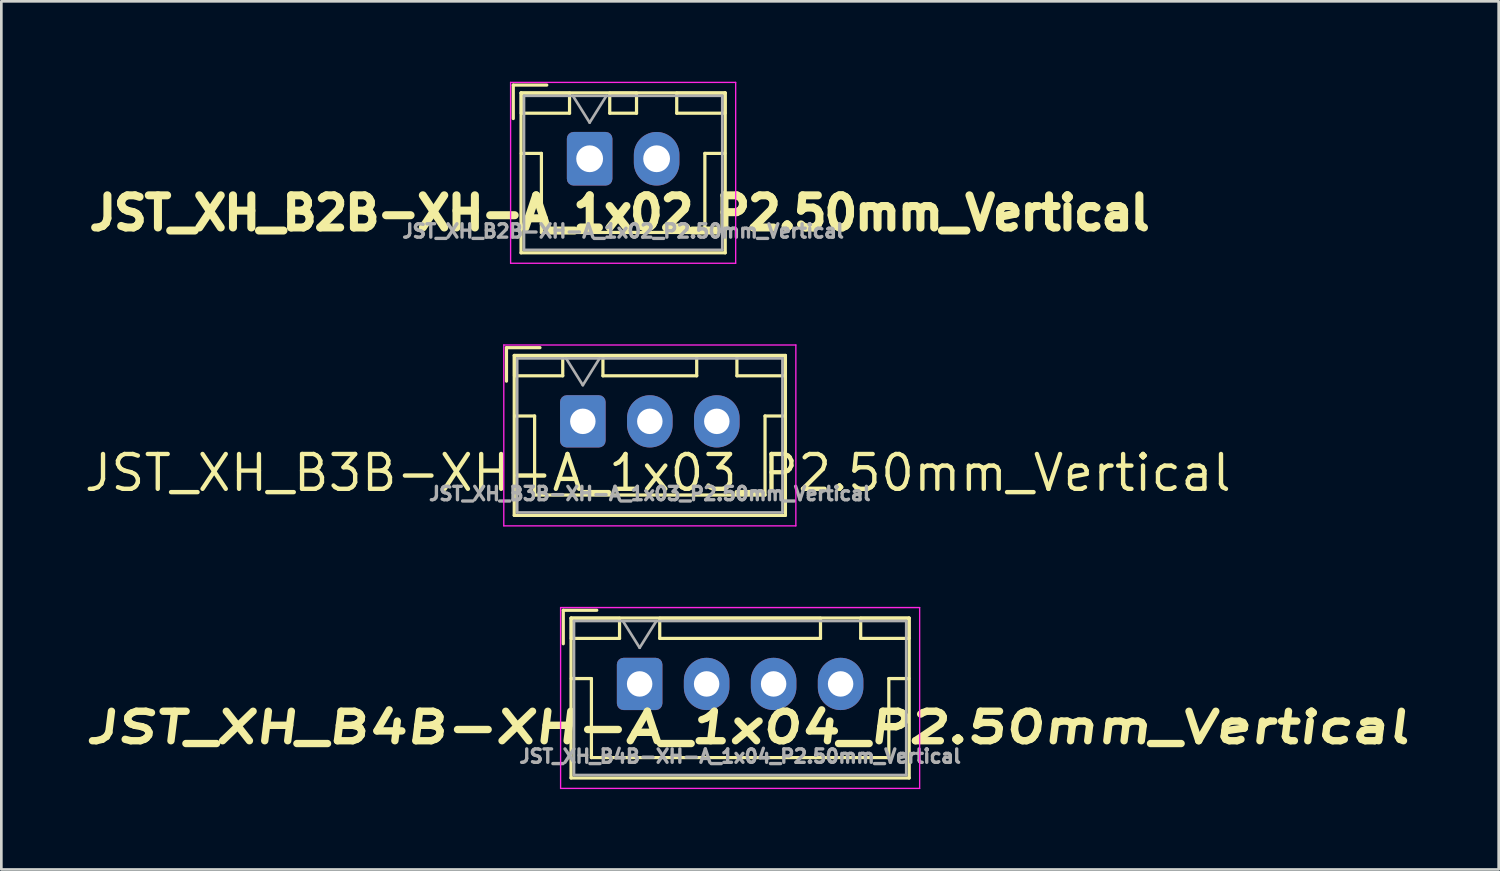
<source format=kicad_pcb>
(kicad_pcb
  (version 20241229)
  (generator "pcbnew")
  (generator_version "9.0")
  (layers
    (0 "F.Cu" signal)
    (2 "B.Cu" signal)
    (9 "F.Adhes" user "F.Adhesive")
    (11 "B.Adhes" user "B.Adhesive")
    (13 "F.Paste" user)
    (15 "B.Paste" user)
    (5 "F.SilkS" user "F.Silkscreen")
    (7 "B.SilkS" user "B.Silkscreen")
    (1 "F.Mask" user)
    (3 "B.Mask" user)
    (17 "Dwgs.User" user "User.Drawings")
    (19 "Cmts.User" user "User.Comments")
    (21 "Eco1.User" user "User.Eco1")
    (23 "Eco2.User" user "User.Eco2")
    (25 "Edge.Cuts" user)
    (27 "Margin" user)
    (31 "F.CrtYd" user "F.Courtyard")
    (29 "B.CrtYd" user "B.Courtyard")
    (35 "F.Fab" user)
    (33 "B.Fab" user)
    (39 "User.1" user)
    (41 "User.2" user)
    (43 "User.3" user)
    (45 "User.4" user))
  (footprint "JST_XH_B4B-XH-A_1x04_P2.50mm_Vertical"
    (layer "F.Cu")
    (at 20.822 22.475)
    (property "Reference" "JST_XH_B4B-XH-A_1x04_P2.50mm_Vertical" (at 4.05 1.625 180) (layer "F.SilkS") (effects (font (size 1.1 1.5) (thickness 1) (italic yes))))
    (attr through_hole)
    (fp_line (start -2.85 -2.75) (end -2.85 -1.5) (stroke (width 0.12) (type solid)) (layer "F.SilkS"))
    (fp_line (start -2.56 -2.46) (end -2.56 3.51) (stroke (width 0.12) (type solid)) (layer "F.SilkS"))
    (fp_line (start -2.56 3.51) (end 10.06 3.51) (stroke (width 0.12) (type solid)) (layer "F.SilkS"))
    (fp_line (start -2.55 -2.45) (end -2.55 -1.7) (stroke (width 0.12) (type solid)) (layer "F.SilkS"))
    (fp_line (start -2.55 -1.7) (end -0.75 -1.7) (stroke (width 0.12) (type solid)) (layer "F.SilkS"))
    (fp_line (start -2.55 -0.2) (end -1.8 -0.2) (stroke (width 0.12) (type solid)) (layer "F.SilkS"))
    (fp_line (start -1.8 -0.2) (end -1.8 2.75) (stroke (width 0.12) (type solid)) (layer "F.SilkS"))
    (fp_line (start -1.8 2.75) (end 3.75 2.75) (stroke (width 0.12) (type solid)) (layer "F.SilkS"))
    (fp_line (start -1.6 -2.75) (end -2.85 -2.75) (stroke (width 0.12) (type solid)) (layer "F.SilkS"))
    (fp_line (start -0.75 -2.45) (end -2.55 -2.45) (stroke (width 0.12) (type solid)) (layer "F.SilkS"))
    (fp_line (start -0.75 -1.7) (end -0.75 -2.45) (stroke (width 0.12) (type solid)) (layer "F.SilkS"))
    (fp_line (start 0.75 -2.45) (end 0.75 -1.7) (stroke (width 0.12) (type solid)) (layer "F.SilkS"))
    (fp_line (start 0.75 -1.7) (end 6.75 -1.7) (stroke (width 0.12) (type solid)) (layer "F.SilkS"))
    (fp_line (start 6.75 -2.45) (end 0.75 -2.45) (stroke (width 0.12) (type solid)) (layer "F.SilkS"))
    (fp_line (start 6.75 -1.7) (end 6.75 -2.45) (stroke (width 0.12) (type solid)) (layer "F.SilkS"))
    (fp_line (start 8.25 -2.45) (end 8.25 -1.7) (stroke (width 0.12) (type solid)) (layer "F.SilkS"))
    (fp_line (start 8.25 -1.7) (end 10.05 -1.7) (stroke (width 0.12) (type solid)) (layer "F.SilkS"))
    (fp_line (start 9.3 -0.2) (end 9.3 2.75) (stroke (width 0.12) (type solid)) (layer "F.SilkS"))
    (fp_line (start 9.3 2.75) (end 3.75 2.75) (stroke (width 0.12) (type solid)) (layer "F.SilkS"))
    (fp_line (start 10.05 -2.45) (end 8.25 -2.45) (stroke (width 0.12) (type solid)) (layer "F.SilkS"))
    (fp_line (start 10.05 -1.7) (end 10.05 -2.45) (stroke (width 0.12) (type solid)) (layer "F.SilkS"))
    (fp_line (start 10.05 -0.2) (end 9.3 -0.2) (stroke (width 0.12) (type solid)) (layer "F.SilkS"))
    (fp_line (start 10.06 -2.46) (end -2.56 -2.46) (stroke (width 0.12) (type solid)) (layer "F.SilkS"))
    (fp_line (start 10.06 3.51) (end 10.06 -2.46) (stroke (width 0.12) (type solid)) (layer "F.SilkS"))
    (fp_line (start -2.95 -2.85) (end -2.95 3.9) (stroke (width 0.05) (type solid)) (layer "F.CrtYd"))
    (fp_line (start -2.95 3.9) (end 10.45 3.9) (stroke (width 0.05) (type solid)) (layer "F.CrtYd"))
    (fp_line (start 10.45 -2.85) (end -2.95 -2.85) (stroke (width 0.05) (type solid)) (layer "F.CrtYd"))
    (fp_line (start 10.45 3.9) (end 10.45 -2.85) (stroke (width 0.05) (type solid)) (layer "F.CrtYd"))
    (fp_line (start -2.45 -2.35) (end -2.45 3.4) (stroke (width 0.1) (type solid)) (layer "F.Fab"))
    (fp_line (start -2.45 3.4) (end 9.95 3.4) (stroke (width 0.1) (type solid)) (layer "F.Fab"))
    (fp_line (start -0.625 -2.35) (end 0 -1.35) (stroke (width 0.1) (type solid)) (layer "F.Fab"))
    (fp_line (start 0 -1.35) (end 0.625 -2.35) (stroke (width 0.1) (type solid)) (layer "F.Fab"))
    (fp_line (start 9.95 -2.35) (end -2.45 -2.35) (stroke (width 0.1) (type solid)) (layer "F.Fab"))
    (fp_line (start 9.95 3.4) (end 9.95 -2.35) (stroke (width 0.1) (type solid)) (layer "F.Fab"))
    (fp_text user "${REFERENCE}" (at 3.75 2.7 180) (layer "F.Fab") (effects (font (size 0.5 0.5) (thickness 0.2))))
    (pad "1" thru_hole roundrect (at 0 0) (size 1.7 1.95) (drill 0.95) (layers "*.Cu" "*.Mask") (roundrect_rratio 0.147))
    (pad "2" thru_hole oval (at 2.5 0) (size 1.7 1.95) (drill 0.95) (layers "*.Cu" "*.Mask"))
    (pad "3" thru_hole oval (at 5 0) (size 1.7 1.95) (drill 0.95) (layers "*.Cu" "*.Mask"))
    (pad "4" thru_hole oval (at 7.5 0) (size 1.7 1.95) (drill 0.95) (layers "*.Cu" "*.Mask")))
  (footprint "JST_XH_B3B-XH-A_1x03_P2.50mm_Vertical"
    (layer "F.Cu")
    (at 18.702 12.675)
    (property "Reference" "JST_XH_B3B-XH-A_1x03_P2.50mm_Vertical" (at 2.8 1.925 180) (layer "F.SilkS") (effects (font (size 1.3 1.3) (thickness 0.163))))
    (attr through_hole)
    (fp_line (start -2.85 -2.75) (end -2.85 -1.5) (stroke (width 0.12) (type solid)) (layer "F.SilkS"))
    (fp_line (start -2.56 -2.46) (end -2.56 3.51) (stroke (width 0.12) (type solid)) (layer "F.SilkS"))
    (fp_line (start -2.56 3.51) (end 7.56 3.51) (stroke (width 0.12) (type solid)) (layer "F.SilkS"))
    (fp_line (start -2.55 -2.45) (end -2.55 -1.7) (stroke (width 0.12) (type solid)) (layer "F.SilkS"))
    (fp_line (start -2.55 -1.7) (end -0.75 -1.7) (stroke (width 0.12) (type solid)) (layer "F.SilkS"))
    (fp_line (start -2.55 -0.2) (end -1.8 -0.2) (stroke (width 0.12) (type solid)) (layer "F.SilkS"))
    (fp_line (start -1.8 -0.2) (end -1.8 2.75) (stroke (width 0.12) (type solid)) (layer "F.SilkS"))
    (fp_line (start -1.8 2.75) (end 2.5 2.75) (stroke (width 0.12) (type solid)) (layer "F.SilkS"))
    (fp_line (start -1.6 -2.75) (end -2.85 -2.75) (stroke (width 0.12) (type solid)) (layer "F.SilkS"))
    (fp_line (start -0.75 -2.45) (end -2.55 -2.45) (stroke (width 0.12) (type solid)) (layer "F.SilkS"))
    (fp_line (start -0.75 -1.7) (end -0.75 -2.45) (stroke (width 0.12) (type solid)) (layer "F.SilkS"))
    (fp_line (start 0.75 -2.45) (end 0.75 -1.7) (stroke (width 0.12) (type solid)) (layer "F.SilkS"))
    (fp_line (start 0.75 -1.7) (end 4.25 -1.7) (stroke (width 0.12) (type solid)) (layer "F.SilkS"))
    (fp_line (start 4.25 -2.45) (end 0.75 -2.45) (stroke (width 0.12) (type solid)) (layer "F.SilkS"))
    (fp_line (start 4.25 -1.7) (end 4.25 -2.45) (stroke (width 0.12) (type solid)) (layer "F.SilkS"))
    (fp_line (start 5.75 -2.45) (end 5.75 -1.7) (stroke (width 0.12) (type solid)) (layer "F.SilkS"))
    (fp_line (start 5.75 -1.7) (end 7.55 -1.7) (stroke (width 0.12) (type solid)) (layer "F.SilkS"))
    (fp_line (start 6.8 -0.2) (end 6.8 2.75) (stroke (width 0.12) (type solid)) (layer "F.SilkS"))
    (fp_line (start 6.8 2.75) (end 2.5 2.75) (stroke (width 0.12) (type solid)) (layer "F.SilkS"))
    (fp_line (start 7.55 -2.45) (end 5.75 -2.45) (stroke (width 0.12) (type solid)) (layer "F.SilkS"))
    (fp_line (start 7.55 -1.7) (end 7.55 -2.45) (stroke (width 0.12) (type solid)) (layer "F.SilkS"))
    (fp_line (start 7.55 -0.2) (end 6.8 -0.2) (stroke (width 0.12) (type solid)) (layer "F.SilkS"))
    (fp_line (start 7.56 -2.46) (end -2.56 -2.46) (stroke (width 0.12) (type solid)) (layer "F.SilkS"))
    (fp_line (start 7.56 3.51) (end 7.56 -2.46) (stroke (width 0.12) (type solid)) (layer "F.SilkS"))
    (fp_line (start -2.95 -2.85) (end -2.95 3.9) (stroke (width 0.05) (type solid)) (layer "F.CrtYd"))
    (fp_line (start -2.95 3.9) (end 7.95 3.9) (stroke (width 0.05) (type solid)) (layer "F.CrtYd"))
    (fp_line (start 7.95 -2.85) (end -2.95 -2.85) (stroke (width 0.05) (type solid)) (layer "F.CrtYd"))
    (fp_line (start 7.95 3.9) (end 7.95 -2.85) (stroke (width 0.05) (type solid)) (layer "F.CrtYd"))
    (fp_line (start -2.45 -2.35) (end -2.45 3.4) (stroke (width 0.1) (type solid)) (layer "F.Fab"))
    (fp_line (start -2.45 3.4) (end 7.45 3.4) (stroke (width 0.1) (type solid)) (layer "F.Fab"))
    (fp_line (start -0.625 -2.35) (end 0 -1.35) (stroke (width 0.1) (type solid)) (layer "F.Fab"))
    (fp_line (start 0 -1.35) (end 0.625 -2.35) (stroke (width 0.1) (type solid)) (layer "F.Fab"))
    (fp_line (start 7.45 -2.35) (end -2.45 -2.35) (stroke (width 0.1) (type solid)) (layer "F.Fab"))
    (fp_line (start 7.45 3.4) (end 7.45 -2.35) (stroke (width 0.1) (type solid)) (layer "F.Fab"))
    (fp_text user "${REFERENCE}" (at 2.5 2.7 180) (layer "F.Fab") (effects (font (size 0.5 0.5) (thickness 0.2))))
    (pad "1" thru_hole roundrect (at 0 0) (size 1.7 1.95) (drill 0.95) (layers "*.Cu" "*.Mask") (roundrect_rratio 0.147))
    (pad "2" thru_hole oval (at 2.5 0) (size 1.7 1.95) (drill 0.95) (layers "*.Cu" "*.Mask"))
    (pad "3" thru_hole oval (at 5 0) (size 1.7 1.95) (drill 0.95) (layers "*.Cu" "*.Mask")))
  (footprint "JST_XH_B2B-XH-A_1x02_P2.50mm_Vertical"
    (layer "F.Cu")
    (at 18.956 2.875)
    (property "Reference" "JST_XH_B2B-XH-A_1x02_P2.50mm_Vertical" (at 1.117 2.025 0) (layer "F.SilkS") (effects (font (size 1.2 1.2) (thickness 1.5))))
    (attr through_hole)
    (fp_line (start -2.85 -2.75) (end -2.85 -1.5) (stroke (width 0.12) (type solid)) (layer "F.SilkS"))
    (fp_line (start -2.56 -2.46) (end -2.56 3.51) (stroke (width 0.12) (type solid)) (layer "F.SilkS"))
    (fp_line (start -2.56 3.51) (end 5.06 3.51) (stroke (width 0.12) (type solid)) (layer "F.SilkS"))
    (fp_line (start -2.55 -2.45) (end -2.55 -1.7) (stroke (width 0.12) (type solid)) (layer "F.SilkS"))
    (fp_line (start -2.55 -1.7) (end -0.75 -1.7) (stroke (width 0.12) (type solid)) (layer "F.SilkS"))
    (fp_line (start -2.55 -0.2) (end -1.8 -0.2) (stroke (width 0.12) (type solid)) (layer "F.SilkS"))
    (fp_line (start -1.8 -0.2) (end -1.8 2.75) (stroke (width 0.12) (type solid)) (layer "F.SilkS"))
    (fp_line (start -1.8 2.75) (end 1.25 2.75) (stroke (width 0.12) (type solid)) (layer "F.SilkS"))
    (fp_line (start -1.6 -2.75) (end -2.85 -2.75) (stroke (width 0.12) (type solid)) (layer "F.SilkS"))
    (fp_line (start -0.75 -2.45) (end -2.55 -2.45) (stroke (width 0.12) (type solid)) (layer "F.SilkS"))
    (fp_line (start -0.75 -1.7) (end -0.75 -2.45) (stroke (width 0.12) (type solid)) (layer "F.SilkS"))
    (fp_line (start 0.75 -2.45) (end 0.75 -1.7) (stroke (width 0.12) (type solid)) (layer "F.SilkS"))
    (fp_line (start 0.75 -1.7) (end 1.75 -1.7) (stroke (width 0.12) (type solid)) (layer "F.SilkS"))
    (fp_line (start 1.75 -2.45) (end 0.75 -2.45) (stroke (width 0.12) (type solid)) (layer "F.SilkS"))
    (fp_line (start 1.75 -1.7) (end 1.75 -2.45) (stroke (width 0.12) (type solid)) (layer "F.SilkS"))
    (fp_line (start 3.25 -2.45) (end 3.25 -1.7) (stroke (width 0.12) (type solid)) (layer "F.SilkS"))
    (fp_line (start 3.25 -1.7) (end 5.05 -1.7) (stroke (width 0.12) (type solid)) (layer "F.SilkS"))
    (fp_line (start 4.3 -0.2) (end 4.3 2.75) (stroke (width 0.12) (type solid)) (layer "F.SilkS"))
    (fp_line (start 4.3 2.75) (end 1.25 2.75) (stroke (width 0.12) (type solid)) (layer "F.SilkS"))
    (fp_line (start 5.05 -2.45) (end 3.25 -2.45) (stroke (width 0.12) (type solid)) (layer "F.SilkS"))
    (fp_line (start 5.05 -1.7) (end 5.05 -2.45) (stroke (width 0.12) (type solid)) (layer "F.SilkS"))
    (fp_line (start 5.05 -0.2) (end 4.3 -0.2) (stroke (width 0.12) (type solid)) (layer "F.SilkS"))
    (fp_line (start 5.06 -2.46) (end -2.56 -2.46) (stroke (width 0.12) (type solid)) (layer "F.SilkS"))
    (fp_line (start 5.06 3.51) (end 5.06 -2.46) (stroke (width 0.12) (type solid)) (layer "F.SilkS"))
    (fp_line (start -2.95 -2.85) (end -2.95 3.9) (stroke (width 0.05) (type solid)) (layer "F.CrtYd"))
    (fp_line (start -2.95 3.9) (end 5.45 3.9) (stroke (width 0.05) (type solid)) (layer "F.CrtYd"))
    (fp_line (start 5.45 -2.85) (end -2.95 -2.85) (stroke (width 0.05) (type solid)) (layer "F.CrtYd"))
    (fp_line (start 5.45 3.9) (end 5.45 -2.85) (stroke (width 0.05) (type solid)) (layer "F.CrtYd"))
    (fp_line (start -2.45 -2.35) (end -2.45 3.4) (stroke (width 0.1) (type solid)) (layer "F.Fab"))
    (fp_line (start -2.45 3.4) (end 4.95 3.4) (stroke (width 0.1) (type solid)) (layer "F.Fab"))
    (fp_line (start -0.625 -2.35) (end 0 -1.35) (stroke (width 0.1) (type solid)) (layer "F.Fab"))
    (fp_line (start 0 -1.35) (end 0.625 -2.35) (stroke (width 0.1) (type solid)) (layer "F.Fab"))
    (fp_line (start 4.95 -2.35) (end -2.45 -2.35) (stroke (width 0.1) (type solid)) (layer "F.Fab"))
    (fp_line (start 4.95 3.4) (end 4.95 -2.35) (stroke (width 0.1) (type solid)) (layer "F.Fab"))
    (fp_text user "${REFERENCE}" (at 1.25 2.7 180) (layer "F.Fab") (effects (font (size 0.5 0.5) (thickness 0.2))))
    (pad "1" thru_hole roundrect (at 0 0) (size 1.7 2) (drill 1) (layers "*.Cu" "*.Mask") (roundrect_rratio 0.147))
    (pad "2" thru_hole oval (at 2.5 0) (size 1.7 2) (drill 1) (layers "*.Cu" "*.Mask")))
  (gr_rect
    (start -3 -3)
    (end 52.882 29.4)
    (stroke (width 0.1) (type default))
    (fill no)
    (layer "Edge.Cuts")))
</source>
